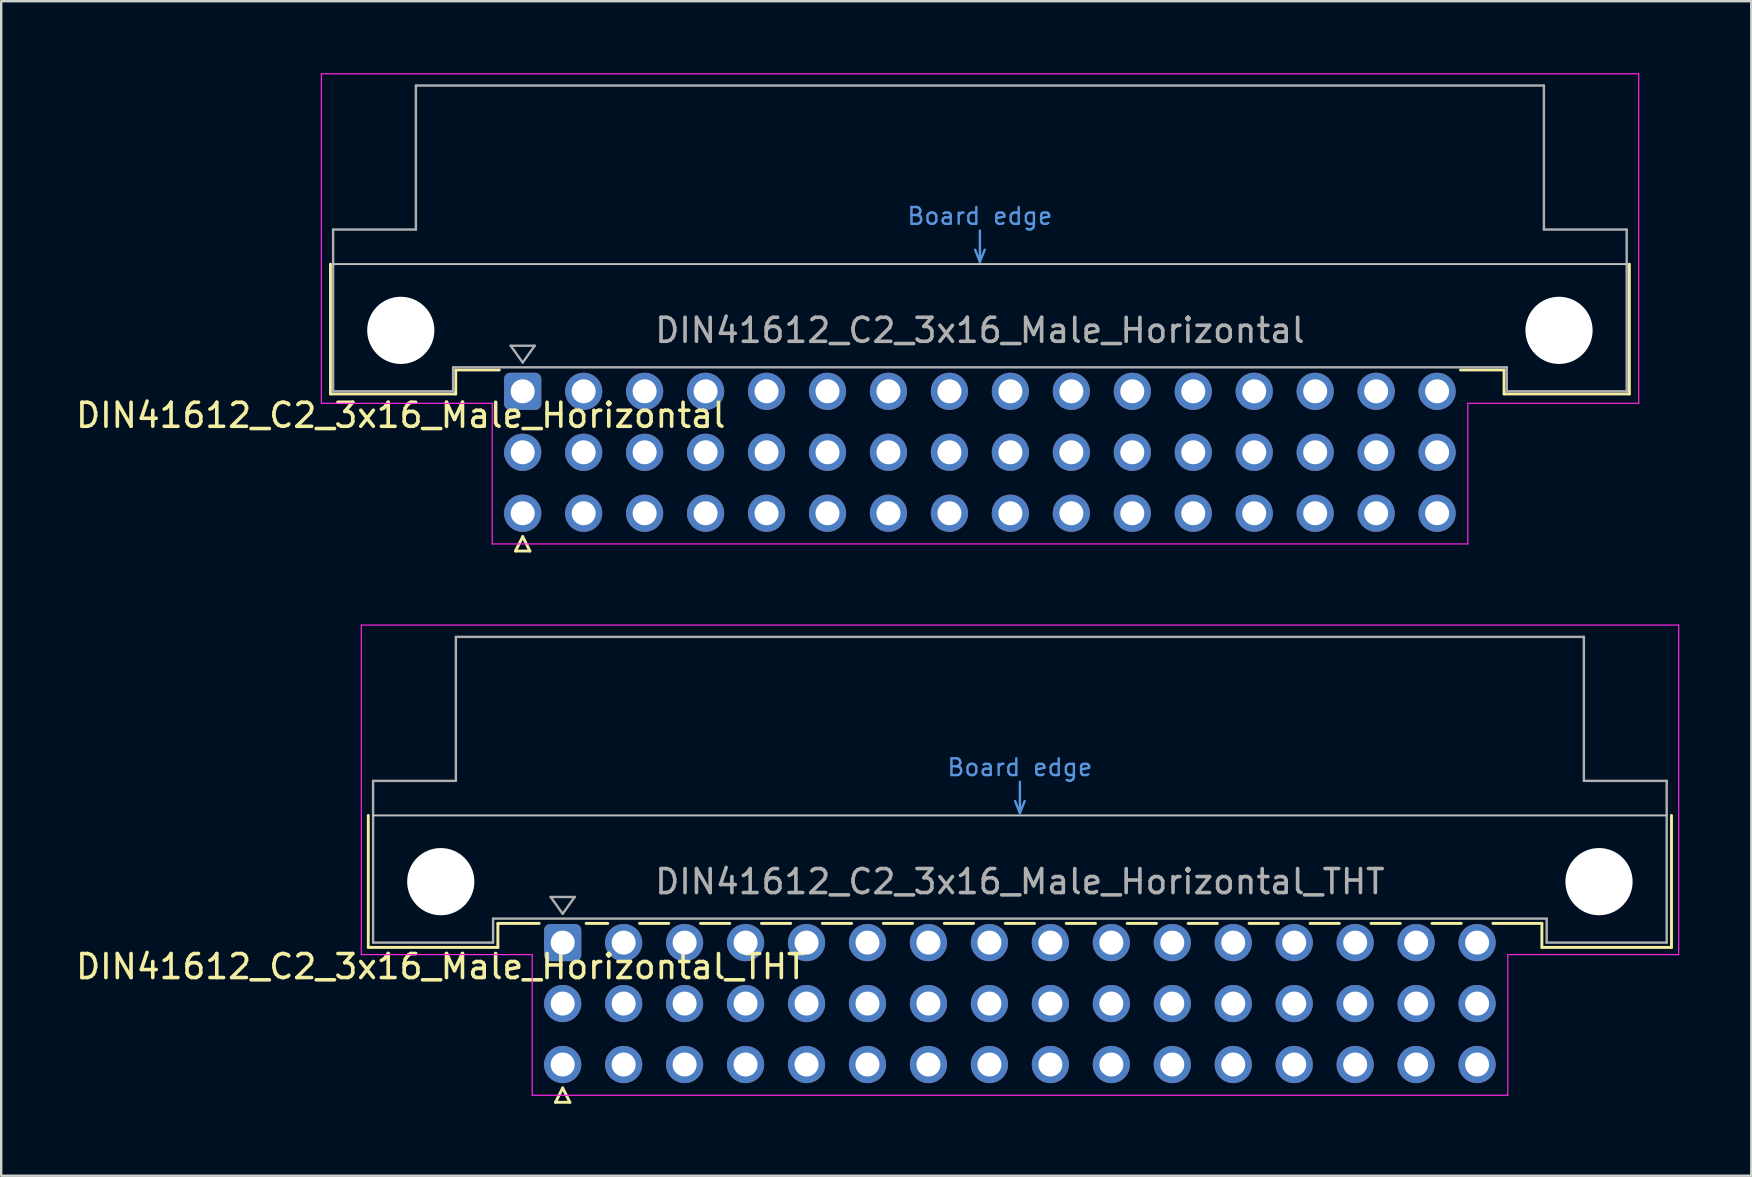
<source format=kicad_pcb>
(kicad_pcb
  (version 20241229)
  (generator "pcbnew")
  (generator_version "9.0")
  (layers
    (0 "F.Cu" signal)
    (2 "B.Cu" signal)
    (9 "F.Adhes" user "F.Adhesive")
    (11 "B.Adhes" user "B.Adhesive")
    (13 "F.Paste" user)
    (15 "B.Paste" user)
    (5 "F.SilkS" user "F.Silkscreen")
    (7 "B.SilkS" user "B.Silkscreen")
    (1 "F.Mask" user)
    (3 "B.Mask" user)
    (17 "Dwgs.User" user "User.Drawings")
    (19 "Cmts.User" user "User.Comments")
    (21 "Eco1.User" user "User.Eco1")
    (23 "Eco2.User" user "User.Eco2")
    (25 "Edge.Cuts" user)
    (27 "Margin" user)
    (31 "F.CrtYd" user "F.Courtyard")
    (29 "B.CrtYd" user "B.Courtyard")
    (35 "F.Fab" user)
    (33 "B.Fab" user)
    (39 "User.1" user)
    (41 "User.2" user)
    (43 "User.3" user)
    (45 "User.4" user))
  (footprint "DIN41612_C2_3x16_Male_Horizontal_THT"
    (layer "F.Cu")
    (at 20.395 36.225)
    (property "Reference" "DIN41612_C2_3x16_Male_Horizontal_THT" (at -5.08 1 0) (layer "F.SilkS") (effects (font (size 1 1) (thickness 0.15))))
    (attr through_hole)
    (fp_line (start -8.1 -5.3) (end -8.1 0.2) (stroke (width 0.12) (type solid)) (layer "F.SilkS"))
    (fp_line (start -8.1 0.2) (end -2.7 0.2) (stroke (width 0.12) (type solid)) (layer "F.SilkS"))
    (fp_line (start -2.7 -0.8) (end -0.976 -0.8) (stroke (width 0.12) (type solid)) (layer "F.SilkS"))
    (fp_line (start -2.7 0.2) (end -2.7 -0.8) (stroke (width 0.12) (type solid)) (layer "F.SilkS"))
    (fp_line (start -0.3 6.655) (end 0.3 6.655) (stroke (width 0.12) (type solid)) (layer "F.SilkS"))
    (fp_line (start 0 6.055) (end -0.3 6.655) (stroke (width 0.12) (type solid)) (layer "F.SilkS"))
    (fp_line (start 0.3 6.655) (end 0 6.055) (stroke (width 0.12) (type solid)) (layer "F.SilkS"))
    (fp_line (start 0.976 -0.8) (end 1.881 -0.8) (stroke (width 0.12) (type solid)) (layer "F.SilkS"))
    (fp_line (start 3.2 -0.8) (end 4.421 -0.8) (stroke (width 0.12) (type solid)) (layer "F.SilkS"))
    (fp_line (start 5.74 -0.8) (end 6.961 -0.8) (stroke (width 0.12) (type solid)) (layer "F.SilkS"))
    (fp_line (start 8.28 -0.8) (end 9.501 -0.8) (stroke (width 0.12) (type solid)) (layer "F.SilkS"))
    (fp_line (start 10.82 -0.8) (end 12.041 -0.8) (stroke (width 0.12) (type solid)) (layer "F.SilkS"))
    (fp_line (start 13.36 -0.8) (end 14.581 -0.8) (stroke (width 0.12) (type solid)) (layer "F.SilkS"))
    (fp_line (start 15.9 -0.8) (end 17.121 -0.8) (stroke (width 0.12) (type solid)) (layer "F.SilkS"))
    (fp_line (start 18.44 -0.8) (end 19.661 -0.8) (stroke (width 0.12) (type solid)) (layer "F.SilkS"))
    (fp_line (start 20.98 -0.8) (end 22.201 -0.8) (stroke (width 0.12) (type solid)) (layer "F.SilkS"))
    (fp_line (start 23.52 -0.8) (end 24.741 -0.8) (stroke (width 0.12) (type solid)) (layer "F.SilkS"))
    (fp_line (start 26.06 -0.8) (end 27.281 -0.8) (stroke (width 0.12) (type solid)) (layer "F.SilkS"))
    (fp_line (start 28.6 -0.8) (end 29.821 -0.8) (stroke (width 0.12) (type solid)) (layer "F.SilkS"))
    (fp_line (start 31.14 -0.8) (end 32.361 -0.8) (stroke (width 0.12) (type solid)) (layer "F.SilkS"))
    (fp_line (start 33.68 -0.8) (end 34.901 -0.8) (stroke (width 0.12) (type solid)) (layer "F.SilkS"))
    (fp_line (start 36.22 -0.8) (end 37.441 -0.8) (stroke (width 0.12) (type solid)) (layer "F.SilkS"))
    (fp_line (start 38.76 -0.8) (end 40.8 -0.8) (stroke (width 0.12) (type solid)) (layer "F.SilkS"))
    (fp_line (start 40.8 0.2) (end 40.8 -0.8) (stroke (width 0.12) (type solid)) (layer "F.SilkS"))
    (fp_line (start 46.2 -5.3) (end 46.2 0.2) (stroke (width 0.12) (type solid)) (layer "F.SilkS"))
    (fp_line (start 46.2 0.2) (end 40.8 0.2) (stroke (width 0.12) (type solid)) (layer "F.SilkS"))
    (fp_line (start -7.9 -5.3) (end 46 -5.3) (stroke (width 0.08) (type solid)) (layer "Dwgs.User"))
    (fp_line (start 18.85 -5.9) (end 19.05 -5.4) (stroke (width 0.1) (type solid)) (layer "Cmts.User"))
    (fp_line (start 19.05 -5.4) (end 19.05 -6.7) (stroke (width 0.1) (type solid)) (layer "Cmts.User"))
    (fp_line (start 19.05 -5.4) (end 19.25 -5.9) (stroke (width 0.1) (type solid)) (layer "Cmts.User"))
    (fp_line (start -8.39 -13.23) (end -8.39 0.5) (stroke (width 0.05) (type solid)) (layer "F.CrtYd"))
    (fp_line (start -8.39 0.5) (end -1.27 0.5) (stroke (width 0.05) (type solid)) (layer "F.CrtYd"))
    (fp_line (start -1.27 0.5) (end -1.27 6.36) (stroke (width 0.05) (type solid)) (layer "F.CrtYd"))
    (fp_line (start -1.27 6.36) (end 39.38 6.36) (stroke (width 0.05) (type solid)) (layer "F.CrtYd"))
    (fp_line (start 39.38 0.5) (end 46.5 0.5) (stroke (width 0.05) (type solid)) (layer "F.CrtYd"))
    (fp_line (start 39.38 6.36) (end 39.38 0.5) (stroke (width 0.05) (type solid)) (layer "F.CrtYd"))
    (fp_line (start 46.5 -13.23) (end -8.39 -13.23) (stroke (width 0.05) (type solid)) (layer "F.CrtYd"))
    (fp_line (start 46.5 0.5) (end 46.5 -13.23) (stroke (width 0.05) (type solid)) (layer "F.CrtYd"))
    (fp_line (start -7.9 -6.74) (end -7.9 0) (stroke (width 0.1) (type solid)) (layer "F.Fab"))
    (fp_line (start -7.9 0) (end -2.9 0) (stroke (width 0.1) (type solid)) (layer "F.Fab"))
    (fp_line (start -4.45 -12.74) (end -4.45 -6.74) (stroke (width 0.1) (type solid)) (layer "F.Fab"))
    (fp_line (start -4.45 -6.74) (end -7.9 -6.74) (stroke (width 0.1) (type solid)) (layer "F.Fab"))
    (fp_line (start -2.9 -1) (end 41 -1) (stroke (width 0.1) (type solid)) (layer "F.Fab"))
    (fp_line (start -2.9 0) (end -2.9 -1) (stroke (width 0.1) (type solid)) (layer "F.Fab"))
    (fp_line (start -0.5 -1.9) (end 0.5 -1.9) (stroke (width 0.1) (type solid)) (layer "F.Fab"))
    (fp_line (start 0 -1.2) (end -0.5 -1.9) (stroke (width 0.1) (type solid)) (layer "F.Fab"))
    (fp_line (start 0.5 -1.9) (end 0 -1.2) (stroke (width 0.1) (type solid)) (layer "F.Fab"))
    (fp_line (start 41 -1) (end 41 0) (stroke (width 0.1) (type solid)) (layer "F.Fab"))
    (fp_line (start 41 0) (end 46 0) (stroke (width 0.1) (type solid)) (layer "F.Fab"))
    (fp_line (start 42.55 -12.74) (end -4.45 -12.74) (stroke (width 0.1) (type solid)) (layer "F.Fab"))
    (fp_line (start 42.55 -6.74) (end 42.55 -12.74) (stroke (width 0.1) (type solid)) (layer "F.Fab"))
    (fp_line (start 46 -6.74) (end 42.55 -6.74) (stroke (width 0.1) (type solid)) (layer "F.Fab"))
    (fp_line (start 46 0) (end 46 -6.74) (stroke (width 0.1) (type solid)) (layer "F.Fab"))
    (fp_text user "Board edge" (at 19.05 -7.3 0) (layer "Cmts.User") (effects (font (size 0.7 0.7) (thickness 0.1))))
    (fp_text user "${REFERENCE}" (at 19.05 -2.54 0) (layer "F.Fab") (effects (font (size 1 1) (thickness 0.15))))
    (pad "" np_thru_hole circle (at -5.08 -2.54) (size 2.8 2.8) (drill 2.8) (layers "*.Cu" "*.Mask"))
    (pad "" np_thru_hole circle (at 43.18 -2.54) (size 2.8 2.8) (drill 2.8) (layers "*.Cu" "*.Mask"))
    (pad "a1" thru_hole roundrect (at 0 0) (size 1.55 1.55) (drill 1) (layers "*.Cu" "*.Mask") (roundrect_rratio 0.161))
    (pad "a2" thru_hole circle (at 2.54 0) (size 1.55 1.55) (drill 1) (layers "*.Cu" "*.Mask"))
    (pad "a3" thru_hole circle (at 5.08 0) (size 1.55 1.55) (drill 1) (layers "*.Cu" "*.Mask"))
    (pad "a4" thru_hole circle (at 7.62 0) (size 1.55 1.55) (drill 1) (layers "*.Cu" "*.Mask"))
    (pad "a5" thru_hole circle (at 10.16 0) (size 1.55 1.55) (drill 1) (layers "*.Cu" "*.Mask"))
    (pad "a6" thru_hole circle (at 12.7 0) (size 1.55 1.55) (drill 1) (layers "*.Cu" "*.Mask"))
    (pad "a7" thru_hole circle (at 15.24 0) (size 1.55 1.55) (drill 1) (layers "*.Cu" "*.Mask"))
    (pad "a8" thru_hole circle (at 17.78 0) (size 1.55 1.55) (drill 1) (layers "*.Cu" "*.Mask"))
    (pad "a9" thru_hole circle (at 20.32 0) (size 1.55 1.55) (drill 1) (layers "*.Cu" "*.Mask"))
    (pad "a10" thru_hole circle (at 22.86 0) (size 1.55 1.55) (drill 1) (layers "*.Cu" "*.Mask"))
    (pad "a11" thru_hole circle (at 25.4 0) (size 1.55 1.55) (drill 1) (layers "*.Cu" "*.Mask"))
    (pad "a12" thru_hole circle (at 27.94 0) (size 1.55 1.55) (drill 1) (layers "*.Cu" "*.Mask"))
    (pad "a13" thru_hole circle (at 30.48 0) (size 1.55 1.55) (drill 1) (layers "*.Cu" "*.Mask"))
    (pad "a14" thru_hole circle (at 33.02 0) (size 1.55 1.55) (drill 1) (layers "*.Cu" "*.Mask"))
    (pad "a15" thru_hole circle (at 35.56 0) (size 1.55 1.55) (drill 1) (layers "*.Cu" "*.Mask"))
    (pad "a16" thru_hole circle (at 38.1 0) (size 1.55 1.55) (drill 1) (layers "*.Cu" "*.Mask"))
    (pad "b1" thru_hole circle (at 0 2.54) (size 1.55 1.55) (drill 1) (layers "*.Cu" "*.Mask"))
    (pad "b2" thru_hole circle (at 2.54 2.54) (size 1.55 1.55) (drill 1) (layers "*.Cu" "*.Mask"))
    (pad "b3" thru_hole circle (at 5.08 2.54) (size 1.55 1.55) (drill 1) (layers "*.Cu" "*.Mask"))
    (pad "b4" thru_hole circle (at 7.62 2.54) (size 1.55 1.55) (drill 1) (layers "*.Cu" "*.Mask"))
    (pad "b5" thru_hole circle (at 10.16 2.54) (size 1.55 1.55) (drill 1) (layers "*.Cu" "*.Mask"))
    (pad "b6" thru_hole circle (at 12.7 2.54) (size 1.55 1.55) (drill 1) (layers "*.Cu" "*.Mask"))
    (pad "b7" thru_hole circle (at 15.24 2.54) (size 1.55 1.55) (drill 1) (layers "*.Cu" "*.Mask"))
    (pad "b8" thru_hole circle (at 17.78 2.54) (size 1.55 1.55) (drill 1) (layers "*.Cu" "*.Mask"))
    (pad "b9" thru_hole circle (at 20.32 2.54) (size 1.55 1.55) (drill 1) (layers "*.Cu" "*.Mask"))
    (pad "b10" thru_hole circle (at 22.86 2.54) (size 1.55 1.55) (drill 1) (layers "*.Cu" "*.Mask"))
    (pad "b11" thru_hole circle (at 25.4 2.54) (size 1.55 1.55) (drill 1) (layers "*.Cu" "*.Mask"))
    (pad "b12" thru_hole circle (at 27.94 2.54) (size 1.55 1.55) (drill 1) (layers "*.Cu" "*.Mask"))
    (pad "b13" thru_hole circle (at 30.48 2.54) (size 1.55 1.55) (drill 1) (layers "*.Cu" "*.Mask"))
    (pad "b14" thru_hole circle (at 33.02 2.54) (size 1.55 1.55) (drill 1) (layers "*.Cu" "*.Mask"))
    (pad "b15" thru_hole circle (at 35.56 2.54) (size 1.55 1.55) (drill 1) (layers "*.Cu" "*.Mask"))
    (pad "b16" thru_hole circle (at 38.1 2.54) (size 1.55 1.55) (drill 1) (layers "*.Cu" "*.Mask"))
    (pad "c1" thru_hole circle (at 0 5.08) (size 1.55 1.55) (drill 1) (layers "*.Cu" "*.Mask"))
    (pad "c2" thru_hole circle (at 2.54 5.08) (size 1.55 1.55) (drill 1) (layers "*.Cu" "*.Mask"))
    (pad "c3" thru_hole circle (at 5.08 5.08) (size 1.55 1.55) (drill 1) (layers "*.Cu" "*.Mask"))
    (pad "c4" thru_hole circle (at 7.62 5.08) (size 1.55 1.55) (drill 1) (layers "*.Cu" "*.Mask"))
    (pad "c5" thru_hole circle (at 10.16 5.08) (size 1.55 1.55) (drill 1) (layers "*.Cu" "*.Mask"))
    (pad "c6" thru_hole circle (at 12.7 5.08) (size 1.55 1.55) (drill 1) (layers "*.Cu" "*.Mask"))
    (pad "c7" thru_hole circle (at 15.24 5.08) (size 1.55 1.55) (drill 1) (layers "*.Cu" "*.Mask"))
    (pad "c8" thru_hole circle (at 17.78 5.08) (size 1.55 1.55) (drill 1) (layers "*.Cu" "*.Mask"))
    (pad "c9" thru_hole circle (at 20.32 5.08) (size 1.55 1.55) (drill 1) (layers "*.Cu" "*.Mask"))
    (pad "c10" thru_hole circle (at 22.86 5.08) (size 1.55 1.55) (drill 1) (layers "*.Cu" "*.Mask"))
    (pad "c11" thru_hole circle (at 25.4 5.08) (size 1.55 1.55) (drill 1) (layers "*.Cu" "*.Mask"))
    (pad "c12" thru_hole circle (at 27.94 5.08) (size 1.55 1.55) (drill 1) (layers "*.Cu" "*.Mask"))
    (pad "c13" thru_hole circle (at 30.48 5.08) (size 1.55 1.55) (drill 1) (layers "*.Cu" "*.Mask"))
    (pad "c14" thru_hole circle (at 33.02 5.08) (size 1.55 1.55) (drill 1) (layers "*.Cu" "*.Mask"))
    (pad "c15" thru_hole circle (at 35.56 5.08) (size 1.55 1.55) (drill 1) (layers "*.Cu" "*.Mask"))
    (pad "c16" thru_hole circle (at 38.1 5.08) (size 1.55 1.55) (drill 1) (layers "*.Cu" "*.Mask")))
  (footprint "DIN41612_C2_3x16_Male_Horizontal"
    (layer "F.Cu")
    (at 18.729 13.255)
    (property "Reference" "DIN41612_C2_3x16_Male_Horizontal" (at -5.08 1 0) (layer "F.SilkS") (effects (font (size 1 1) (thickness 0.15))))
    (attr through_hole)
    (fp_line (start -8.01 -5.3) (end -8.01 0.11) (stroke (width 0.12) (type solid)) (layer "F.SilkS"))
    (fp_line (start -8.01 0.11) (end -2.79 0.11) (stroke (width 0.12) (type solid)) (layer "F.SilkS"))
    (fp_line (start -2.79 -0.89) (end -0.975 -0.89) (stroke (width 0.12) (type solid)) (layer "F.SilkS"))
    (fp_line (start -2.79 0.11) (end -2.79 -0.89) (stroke (width 0.12) (type solid)) (layer "F.SilkS"))
    (fp_line (start -0.3 6.655) (end 0.3 6.655) (stroke (width 0.12) (type solid)) (layer "F.SilkS"))
    (fp_line (start 0 6.055) (end -0.3 6.655) (stroke (width 0.12) (type solid)) (layer "F.SilkS"))
    (fp_line (start 0.3 6.655) (end 0 6.055) (stroke (width 0.12) (type solid)) (layer "F.SilkS"))
    (fp_line (start 40.89 -0.89) (end 39.075 -0.89) (stroke (width 0.12) (type solid)) (layer "F.SilkS"))
    (fp_line (start 40.89 0.11) (end 40.89 -0.89) (stroke (width 0.12) (type solid)) (layer "F.SilkS"))
    (fp_line (start 46.11 -5.3) (end 46.11 0.11) (stroke (width 0.12) (type solid)) (layer "F.SilkS"))
    (fp_line (start 46.11 0.11) (end 40.89 0.11) (stroke (width 0.12) (type solid)) (layer "F.SilkS"))
    (fp_line (start -7.9 -5.3) (end 46 -5.3) (stroke (width 0.08) (type solid)) (layer "Dwgs.User"))
    (fp_line (start 18.85 -5.9) (end 19.05 -5.4) (stroke (width 0.1) (type solid)) (layer "Cmts.User"))
    (fp_line (start 19.05 -5.4) (end 19.05 -6.7) (stroke (width 0.1) (type solid)) (layer "Cmts.User"))
    (fp_line (start 19.05 -5.4) (end 19.25 -5.9) (stroke (width 0.1) (type solid)) (layer "Cmts.User"))
    (fp_line (start -8.39 -13.23) (end -8.39 0.5) (stroke (width 0.05) (type solid)) (layer "F.CrtYd"))
    (fp_line (start -8.39 0.5) (end -1.27 0.5) (stroke (width 0.05) (type solid)) (layer "F.CrtYd"))
    (fp_line (start -1.27 0.5) (end -1.27 6.36) (stroke (width 0.05) (type solid)) (layer "F.CrtYd"))
    (fp_line (start -1.27 6.36) (end 39.38 6.36) (stroke (width 0.05) (type solid)) (layer "F.CrtYd"))
    (fp_line (start 39.38 0.5) (end 46.5 0.5) (stroke (width 0.05) (type solid)) (layer "F.CrtYd"))
    (fp_line (start 39.38 6.36) (end 39.38 0.5) (stroke (width 0.05) (type solid)) (layer "F.CrtYd"))
    (fp_line (start 46.5 -13.23) (end -8.39 -13.23) (stroke (width 0.05) (type solid)) (layer "F.CrtYd"))
    (fp_line (start 46.5 0.5) (end 46.5 -13.23) (stroke (width 0.05) (type solid)) (layer "F.CrtYd"))
    (fp_line (start -7.9 -6.74) (end -7.9 0) (stroke (width 0.1) (type solid)) (layer "F.Fab"))
    (fp_line (start -7.9 0) (end -2.9 0) (stroke (width 0.1) (type solid)) (layer "F.Fab"))
    (fp_line (start -4.45 -12.74) (end -4.45 -6.74) (stroke (width 0.1) (type solid)) (layer "F.Fab"))
    (fp_line (start -4.45 -6.74) (end -7.9 -6.74) (stroke (width 0.1) (type solid)) (layer "F.Fab"))
    (fp_line (start -2.9 -1) (end 41 -1) (stroke (width 0.1) (type solid)) (layer "F.Fab"))
    (fp_line (start -2.9 0) (end -2.9 -1) (stroke (width 0.1) (type solid)) (layer "F.Fab"))
    (fp_line (start -0.5 -1.9) (end 0.5 -1.9) (stroke (width 0.1) (type solid)) (layer "F.Fab"))
    (fp_line (start 0 -1.2) (end -0.5 -1.9) (stroke (width 0.1) (type solid)) (layer "F.Fab"))
    (fp_line (start 0.5 -1.9) (end 0 -1.2) (stroke (width 0.1) (type solid)) (layer "F.Fab"))
    (fp_line (start 41 -1) (end 41 0) (stroke (width 0.1) (type solid)) (layer "F.Fab"))
    (fp_line (start 41 0) (end 46 0) (stroke (width 0.1) (type solid)) (layer "F.Fab"))
    (fp_line (start 42.55 -12.74) (end -4.45 -12.74) (stroke (width 0.1) (type solid)) (layer "F.Fab"))
    (fp_line (start 42.55 -6.74) (end 42.55 -12.74) (stroke (width 0.1) (type solid)) (layer "F.Fab"))
    (fp_line (start 46 -6.74) (end 42.55 -6.74) (stroke (width 0.1) (type solid)) (layer "F.Fab"))
    (fp_line (start 46 0) (end 46 -6.74) (stroke (width 0.1) (type solid)) (layer "F.Fab"))
    (fp_text user "Board edge" (at 19.05 -7.3 0) (layer "Cmts.User") (effects (font (size 0.7 0.7) (thickness 0.1))))
    (fp_text user "${REFERENCE}" (at 19.05 -2.54 0) (layer "F.Fab") (effects (font (size 1 1) (thickness 0.15))))
    (pad "" np_thru_hole circle (at -5.08 -2.54) (size 2.8 2.8) (drill 2.8) (layers "*.Cu" "*.Mask"))
    (pad "" np_thru_hole circle (at 43.18 -2.54) (size 2.8 2.8) (drill 2.8) (layers "*.Cu" "*.Mask"))
    (pad "a1" thru_hole roundrect (at 0 0) (size 1.55 1.55) (drill 1) (layers "*.Cu" "*.Mask") (roundrect_rratio 0.161))
    (pad "a2" thru_hole circle (at 2.54 0) (size 1.55 1.55) (drill 1) (layers "*.Cu" "*.Mask"))
    (pad "a3" thru_hole circle (at 5.08 0) (size 1.55 1.55) (drill 1) (layers "*.Cu" "*.Mask"))
    (pad "a4" thru_hole circle (at 7.62 0) (size 1.55 1.55) (drill 1) (layers "*.Cu" "*.Mask"))
    (pad "a5" thru_hole circle (at 10.16 0) (size 1.55 1.55) (drill 1) (layers "*.Cu" "*.Mask"))
    (pad "a6" thru_hole circle (at 12.7 0) (size 1.55 1.55) (drill 1) (layers "*.Cu" "*.Mask"))
    (pad "a7" thru_hole circle (at 15.24 0) (size 1.55 1.55) (drill 1) (layers "*.Cu" "*.Mask"))
    (pad "a8" thru_hole circle (at 17.78 0) (size 1.55 1.55) (drill 1) (layers "*.Cu" "*.Mask"))
    (pad "a9" thru_hole circle (at 20.32 0) (size 1.55 1.55) (drill 1) (layers "*.Cu" "*.Mask"))
    (pad "a10" thru_hole circle (at 22.86 0) (size 1.55 1.55) (drill 1) (layers "*.Cu" "*.Mask"))
    (pad "a11" thru_hole circle (at 25.4 0) (size 1.55 1.55) (drill 1) (layers "*.Cu" "*.Mask"))
    (pad "a12" thru_hole circle (at 27.94 0) (size 1.55 1.55) (drill 1) (layers "*.Cu" "*.Mask"))
    (pad "a13" thru_hole circle (at 30.48 0) (size 1.55 1.55) (drill 1) (layers "*.Cu" "*.Mask"))
    (pad "a14" thru_hole circle (at 33.02 0) (size 1.55 1.55) (drill 1) (layers "*.Cu" "*.Mask"))
    (pad "a15" thru_hole circle (at 35.56 0) (size 1.55 1.55) (drill 1) (layers "*.Cu" "*.Mask"))
    (pad "a16" thru_hole circle (at 38.1 0) (size 1.55 1.55) (drill 1) (layers "*.Cu" "*.Mask"))
    (pad "b1" thru_hole circle (at 0 2.54) (size 1.55 1.55) (drill 1) (layers "*.Cu" "*.Mask"))
    (pad "b2" thru_hole circle (at 2.54 2.54) (size 1.55 1.55) (drill 1) (layers "*.Cu" "*.Mask"))
    (pad "b3" thru_hole circle (at 5.08 2.54) (size 1.55 1.55) (drill 1) (layers "*.Cu" "*.Mask"))
    (pad "b4" thru_hole circle (at 7.62 2.54) (size 1.55 1.55) (drill 1) (layers "*.Cu" "*.Mask"))
    (pad "b5" thru_hole circle (at 10.16 2.54) (size 1.55 1.55) (drill 1) (layers "*.Cu" "*.Mask"))
    (pad "b6" thru_hole circle (at 12.7 2.54) (size 1.55 1.55) (drill 1) (layers "*.Cu" "*.Mask"))
    (pad "b7" thru_hole circle (at 15.24 2.54) (size 1.55 1.55) (drill 1) (layers "*.Cu" "*.Mask"))
    (pad "b8" thru_hole circle (at 17.78 2.54) (size 1.55 1.55) (drill 1) (layers "*.Cu" "*.Mask"))
    (pad "b9" thru_hole circle (at 20.32 2.54) (size 1.55 1.55) (drill 1) (layers "*.Cu" "*.Mask"))
    (pad "b10" thru_hole circle (at 22.86 2.54) (size 1.55 1.55) (drill 1) (layers "*.Cu" "*.Mask"))
    (pad "b11" thru_hole circle (at 25.4 2.54) (size 1.55 1.55) (drill 1) (layers "*.Cu" "*.Mask"))
    (pad "b12" thru_hole circle (at 27.94 2.54) (size 1.55 1.55) (drill 1) (layers "*.Cu" "*.Mask"))
    (pad "b13" thru_hole circle (at 30.48 2.54) (size 1.55 1.55) (drill 1) (layers "*.Cu" "*.Mask"))
    (pad "b14" thru_hole circle (at 33.02 2.54) (size 1.55 1.55) (drill 1) (layers "*.Cu" "*.Mask"))
    (pad "b15" thru_hole circle (at 35.56 2.54) (size 1.55 1.55) (drill 1) (layers "*.Cu" "*.Mask"))
    (pad "b16" thru_hole circle (at 38.1 2.54) (size 1.55 1.55) (drill 1) (layers "*.Cu" "*.Mask"))
    (pad "c1" thru_hole circle (at 0 5.08) (size 1.55 1.55) (drill 1) (layers "*.Cu" "*.Mask"))
    (pad "c2" thru_hole circle (at 2.54 5.08) (size 1.55 1.55) (drill 1) (layers "*.Cu" "*.Mask"))
    (pad "c3" thru_hole circle (at 5.08 5.08) (size 1.55 1.55) (drill 1) (layers "*.Cu" "*.Mask"))
    (pad "c4" thru_hole circle (at 7.62 5.08) (size 1.55 1.55) (drill 1) (layers "*.Cu" "*.Mask"))
    (pad "c5" thru_hole circle (at 10.16 5.08) (size 1.55 1.55) (drill 1) (layers "*.Cu" "*.Mask"))
    (pad "c6" thru_hole circle (at 12.7 5.08) (size 1.55 1.55) (drill 1) (layers "*.Cu" "*.Mask"))
    (pad "c7" thru_hole circle (at 15.24 5.08) (size 1.55 1.55) (drill 1) (layers "*.Cu" "*.Mask"))
    (pad "c8" thru_hole circle (at 17.78 5.08) (size 1.55 1.55) (drill 1) (layers "*.Cu" "*.Mask"))
    (pad "c9" thru_hole circle (at 20.32 5.08) (size 1.55 1.55) (drill 1) (layers "*.Cu" "*.Mask"))
    (pad "c10" thru_hole circle (at 22.86 5.08) (size 1.55 1.55) (drill 1) (layers "*.Cu" "*.Mask"))
    (pad "c11" thru_hole circle (at 25.4 5.08) (size 1.55 1.55) (drill 1) (layers "*.Cu" "*.Mask"))
    (pad "c12" thru_hole circle (at 27.94 5.08) (size 1.55 1.55) (drill 1) (layers "*.Cu" "*.Mask"))
    (pad "c13" thru_hole circle (at 30.48 5.08) (size 1.55 1.55) (drill 1) (layers "*.Cu" "*.Mask"))
    (pad "c14" thru_hole circle (at 33.02 5.08) (size 1.55 1.55) (drill 1) (layers "*.Cu" "*.Mask"))
    (pad "c15" thru_hole circle (at 35.56 5.08) (size 1.55 1.55) (drill 1) (layers "*.Cu" "*.Mask"))
    (pad "c16" thru_hole circle (at 38.1 5.08) (size 1.55 1.55) (drill 1) (layers "*.Cu" "*.Mask")))
  (gr_rect
    (start -3 -3)
    (end 69.92 45.94)
    (stroke (width 0.1) (type default))
    (fill no)
    (layer "Edge.Cuts")))
</source>
